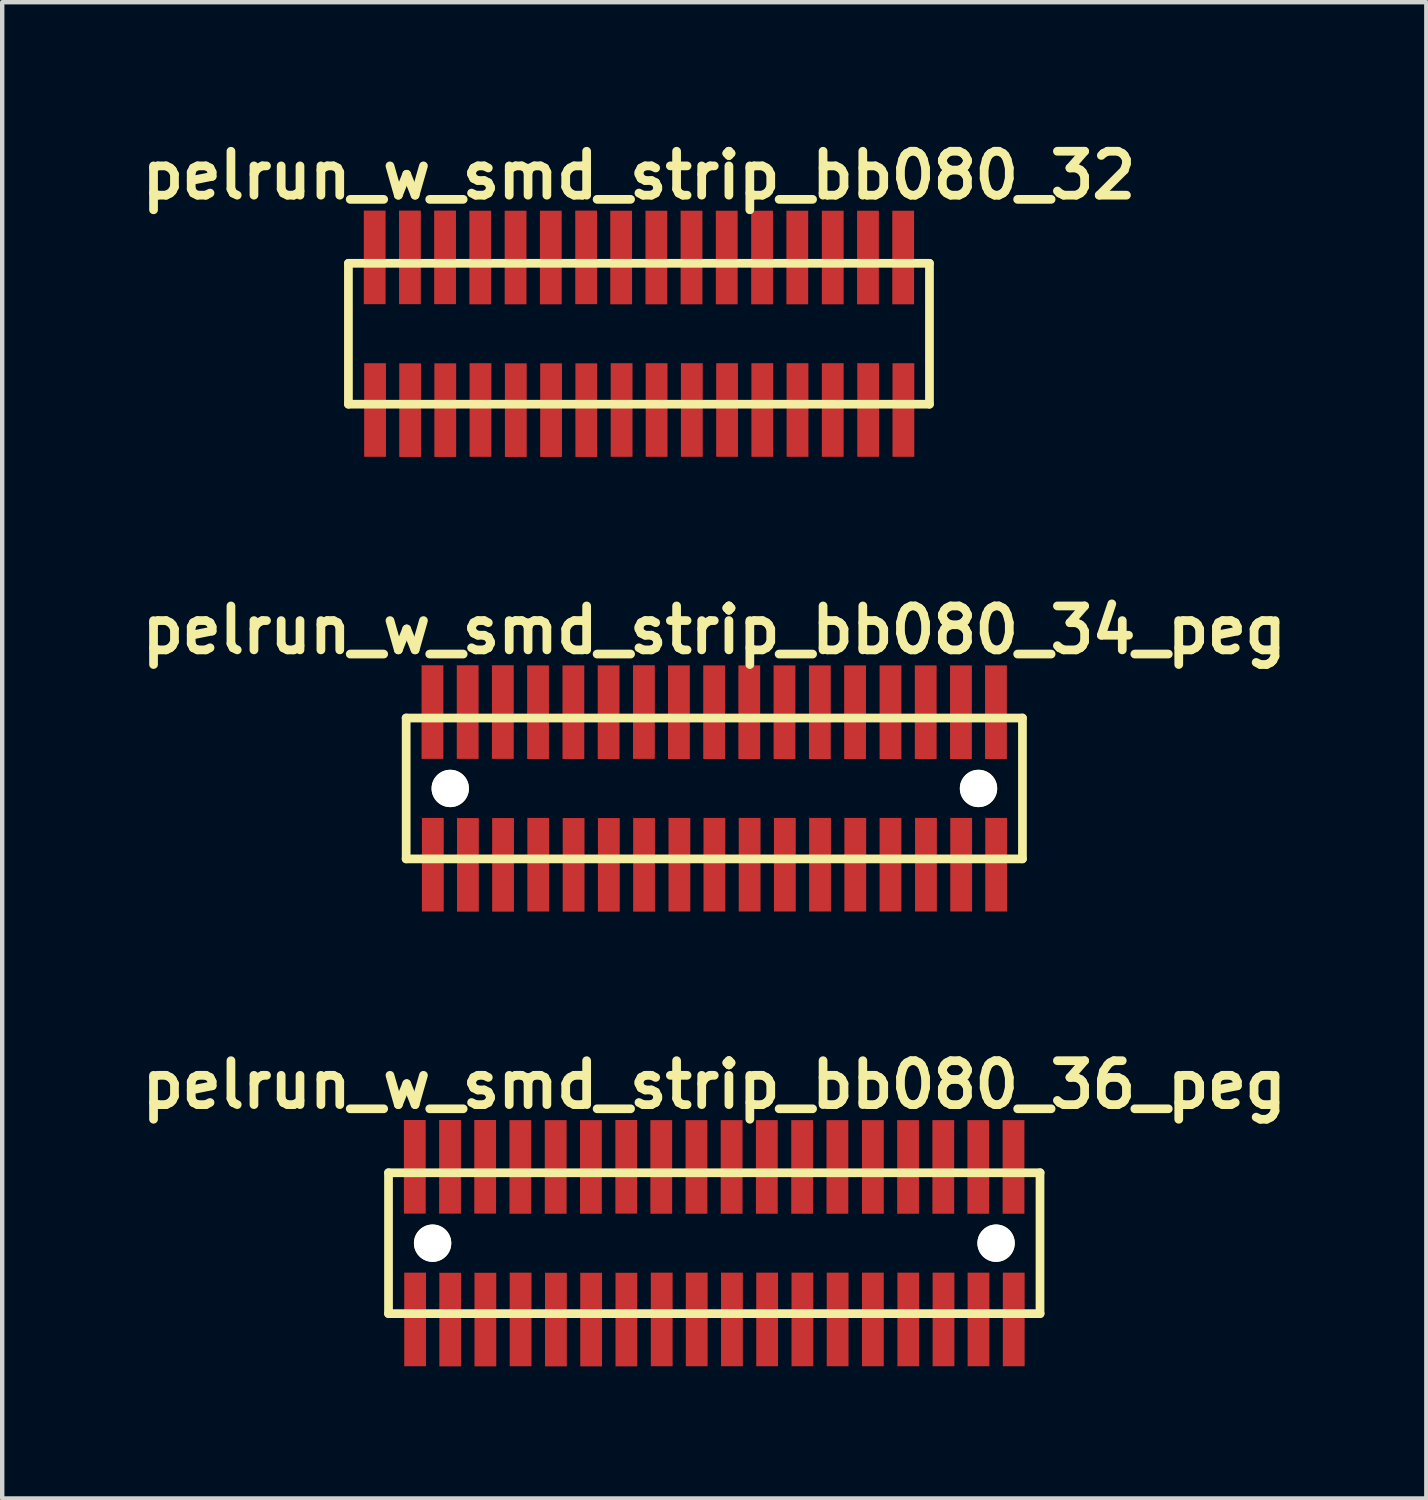
<source format=kicad_pcb>
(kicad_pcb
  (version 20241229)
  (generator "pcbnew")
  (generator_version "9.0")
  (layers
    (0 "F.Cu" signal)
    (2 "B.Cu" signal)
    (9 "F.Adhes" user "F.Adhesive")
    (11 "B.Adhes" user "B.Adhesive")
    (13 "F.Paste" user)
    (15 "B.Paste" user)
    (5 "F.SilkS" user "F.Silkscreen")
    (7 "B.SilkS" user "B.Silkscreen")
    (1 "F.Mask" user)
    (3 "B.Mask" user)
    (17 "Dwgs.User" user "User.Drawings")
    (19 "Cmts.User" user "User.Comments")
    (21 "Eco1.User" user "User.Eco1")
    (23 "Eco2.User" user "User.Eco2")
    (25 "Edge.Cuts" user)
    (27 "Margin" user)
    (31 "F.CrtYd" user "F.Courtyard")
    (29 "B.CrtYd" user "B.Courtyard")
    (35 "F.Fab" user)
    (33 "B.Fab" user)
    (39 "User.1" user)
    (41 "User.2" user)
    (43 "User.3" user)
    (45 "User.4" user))
  (footprint "pelrun_w_smd_strip_bb080_32"
    (layer "F.Cu")
    (at 11.463 4.531)
    (property "Reference" "pelrun_w_smd_strip_bb080_32" (at 0 -3.599 0) (layer "F.SilkS") (effects (font (size 0.998 0.998) (thickness 0.198))))
    (attr through_hole)
    (fp_line (start -6.599 -1.6) (end -6.599 1.6) (stroke (width 0.198) (type solid)) (layer "F.SilkS"))
    (fp_line (start -6.599 1.6) (end 6.599 1.6) (stroke (width 0.198) (type solid)) (layer "F.SilkS"))
    (fp_line (start 6.599 -1.6) (end -6.599 -1.6) (stroke (width 0.198) (type solid)) (layer "F.SilkS"))
    (fp_line (start 6.599 1.6) (end 6.599 -1.6) (stroke (width 0.198) (type solid)) (layer "F.SilkS"))
    (pad "1" smd rect (at -5.994 1.732) (size 0.495 2.126) (layers "F.Cu" "F.Mask" "F.Paste"))
    (pad "2" smd rect (at -6.002 -1.735) (size 0.495 2.126) (layers "F.Cu" "F.Mask" "F.Paste"))
    (pad "3" smd rect (at -5.197 1.735) (size 0.495 2.126) (layers "F.Cu" "F.Mask" "F.Paste"))
    (pad "4" smd rect (at -5.202 -1.735) (size 0.495 2.126) (layers "F.Cu" "F.Mask" "F.Paste"))
    (pad "5" smd rect (at -4.399 1.735) (size 0.495 2.126) (layers "F.Cu" "F.Mask" "F.Paste"))
    (pad "6" smd rect (at -4.404 -1.735) (size 0.495 2.126) (layers "F.Cu" "F.Mask" "F.Paste"))
    (pad "7" smd rect (at -3.599 1.732) (size 0.495 2.126) (layers "F.Cu" "F.Mask" "F.Paste"))
    (pad "8" smd rect (at -3.604 -1.732) (size 0.495 2.126) (layers "F.Cu" "F.Mask" "F.Paste"))
    (pad "9" smd rect (at -2.797 1.735) (size 0.495 2.126) (layers "F.Cu" "F.Mask" "F.Paste"))
    (pad "10" smd rect (at -2.802 -1.732) (size 0.495 2.126) (layers "F.Cu" "F.Mask" "F.Paste"))
    (pad "11" smd rect (at -1.996 1.735) (size 0.495 2.126) (layers "F.Cu" "F.Mask" "F.Paste"))
    (pad "12" smd rect (at -2.002 -1.732) (size 0.495 2.126) (layers "F.Cu" "F.Mask" "F.Paste"))
    (pad "13" smd rect (at -1.196 1.735) (size 0.495 2.126) (layers "F.Cu" "F.Mask" "F.Paste"))
    (pad "14" smd rect (at -1.199 -1.735) (size 0.495 2.126) (layers "F.Cu" "F.Mask" "F.Paste"))
    (pad "15" smd rect (at -0.394 1.732) (size 0.495 2.126) (layers "F.Cu" "F.Mask" "F.Paste"))
    (pad "16" smd rect (at -0.404 -1.732) (size 0.495 2.126) (layers "F.Cu" "F.Mask" "F.Paste"))
    (pad "17" smd rect (at 0.401 1.732) (size 0.495 2.126) (layers "F.Cu" "F.Mask" "F.Paste"))
    (pad "18" smd rect (at 0.396 -1.732) (size 0.495 2.126) (layers "F.Cu" "F.Mask" "F.Paste"))
    (pad "19" smd rect (at 1.201 1.732) (size 0.495 2.126) (layers "F.Cu" "F.Mask" "F.Paste"))
    (pad "20" smd rect (at 1.194 -1.732) (size 0.495 2.126) (layers "F.Cu" "F.Mask" "F.Paste"))
    (pad "21" smd rect (at 2.002 1.732) (size 0.495 2.126) (layers "F.Cu" "F.Mask" "F.Paste"))
    (pad "22" smd rect (at 1.994 -1.732) (size 0.495 2.126) (layers "F.Cu" "F.Mask" "F.Paste"))
    (pad "23" smd rect (at 2.802 1.732) (size 0.495 2.126) (layers "F.Cu" "F.Mask" "F.Paste"))
    (pad "24" smd rect (at 2.797 -1.732) (size 0.495 2.126) (layers "F.Cu" "F.Mask" "F.Paste"))
    (pad "25" smd rect (at 3.602 1.732) (size 0.495 2.126) (layers "F.Cu" "F.Mask" "F.Paste"))
    (pad "26" smd rect (at 3.597 -1.732) (size 0.495 2.126) (layers "F.Cu" "F.Mask" "F.Paste"))
    (pad "27" smd rect (at 4.402 1.732) (size 0.495 2.126) (layers "F.Cu" "F.Mask" "F.Paste"))
    (pad "28" smd rect (at 4.402 -1.732) (size 0.495 2.126) (layers "F.Cu" "F.Mask" "F.Paste"))
    (pad "29" smd rect (at 5.207 1.732) (size 0.495 2.126) (layers "F.Cu" "F.Mask" "F.Paste"))
    (pad "30" smd rect (at 5.202 -1.732) (size 0.495 2.126) (layers "F.Cu" "F.Mask" "F.Paste"))
    (pad "31" smd rect (at 6.007 1.732) (size 0.495 2.126) (layers "F.Cu" "F.Mask" "F.Paste"))
    (pad "32" smd rect (at 6.002 -1.732) (size 0.495 2.126) (layers "F.Cu" "F.Mask" "F.Paste")))
  (footprint "pelrun_w_smd_strip_bb080_34_peg"
    (layer "F.Cu")
    (at 13.174 14.859)
    (property "Reference" "pelrun_w_smd_strip_bb080_34_peg" (at 0 -3.599 0) (layer "F.SilkS") (effects (font (size 0.998 0.998) (thickness 0.198))))
    (attr through_hole)
    (fp_line (start -7 1.6) (end 7 1.6) (stroke (width 0.198) (type solid)) (layer "F.SilkS"))
    (fp_line (start -6.998 -1.6) (end -6.998 1.6) (stroke (width 0.198) (type solid)) (layer "F.SilkS"))
    (fp_line (start 7 -1.6) (end -7 -1.6) (stroke (width 0.198) (type solid)) (layer "F.SilkS"))
    (fp_line (start 7 1.6) (end 7 -1.6) (stroke (width 0.198) (type solid)) (layer "F.SilkS"))
    (pad "" np_thru_hole circle (at -5.997 0) (size 0.848 0.848) (drill 0.848) (layers "*.Cu" "*.Mask" "F.SilkS"))
    (pad "" np_thru_hole circle (at 6.002 0) (size 0.848 0.848) (drill 0.848) (layers "*.Cu" "*.Mask" "F.SilkS"))
    (pad "1" smd rect (at -6.393 1.732) (size 0.495 2.126) (layers "F.Cu" "F.Mask" "F.Paste"))
    (pad "2" smd rect (at -6.401 -1.735) (size 0.495 2.126) (layers "F.Cu" "F.Mask" "F.Paste"))
    (pad "3" smd rect (at -5.596 1.735) (size 0.495 2.126) (layers "F.Cu" "F.Mask" "F.Paste"))
    (pad "4" smd rect (at -5.601 -1.735) (size 0.495 2.126) (layers "F.Cu" "F.Mask" "F.Paste"))
    (pad "5" smd rect (at -4.798 1.735) (size 0.495 2.126) (layers "F.Cu" "F.Mask" "F.Paste"))
    (pad "6" smd rect (at -4.803 -1.735) (size 0.495 2.126) (layers "F.Cu" "F.Mask" "F.Paste"))
    (pad "7" smd rect (at -3.998 1.732) (size 0.495 2.126) (layers "F.Cu" "F.Mask" "F.Paste"))
    (pad "8" smd rect (at -4.003 -1.732) (size 0.495 2.126) (layers "F.Cu" "F.Mask" "F.Paste"))
    (pad "9" smd rect (at -3.195 1.735) (size 0.495 2.126) (layers "F.Cu" "F.Mask" "F.Paste"))
    (pad "10" smd rect (at -3.2 -1.732) (size 0.495 2.126) (layers "F.Cu" "F.Mask" "F.Paste"))
    (pad "11" smd rect (at -2.395 1.735) (size 0.495 2.126) (layers "F.Cu" "F.Mask" "F.Paste"))
    (pad "12" smd rect (at -2.4 -1.732) (size 0.495 2.126) (layers "F.Cu" "F.Mask" "F.Paste"))
    (pad "13" smd rect (at -1.595 1.735) (size 0.495 2.126) (layers "F.Cu" "F.Mask" "F.Paste"))
    (pad "14" smd rect (at -1.598 -1.735) (size 0.495 2.126) (layers "F.Cu" "F.Mask" "F.Paste"))
    (pad "15" smd rect (at -0.792 1.732) (size 0.495 2.126) (layers "F.Cu" "F.Mask" "F.Paste"))
    (pad "16" smd rect (at -0.803 -1.732) (size 0.495 2.126) (layers "F.Cu" "F.Mask" "F.Paste"))
    (pad "17" smd rect (at 0.003 1.732) (size 0.495 2.126) (layers "F.Cu" "F.Mask" "F.Paste"))
    (pad "18" smd rect (at -0.003 -1.732) (size 0.495 2.126) (layers "F.Cu" "F.Mask" "F.Paste"))
    (pad "19" smd rect (at 0.803 1.732) (size 0.495 2.126) (layers "F.Cu" "F.Mask" "F.Paste"))
    (pad "20" smd rect (at 0.795 -1.732) (size 0.495 2.126) (layers "F.Cu" "F.Mask" "F.Paste"))
    (pad "21" smd rect (at 1.603 1.732) (size 0.495 2.126) (layers "F.Cu" "F.Mask" "F.Paste"))
    (pad "22" smd rect (at 1.595 -1.732) (size 0.495 2.126) (layers "F.Cu" "F.Mask" "F.Paste"))
    (pad "23" smd rect (at 2.403 1.732) (size 0.495 2.126) (layers "F.Cu" "F.Mask" "F.Paste"))
    (pad "24" smd rect (at 2.398 -1.732) (size 0.495 2.126) (layers "F.Cu" "F.Mask" "F.Paste"))
    (pad "25" smd rect (at 3.203 1.732) (size 0.495 2.126) (layers "F.Cu" "F.Mask" "F.Paste"))
    (pad "26" smd rect (at 3.198 -1.732) (size 0.495 2.126) (layers "F.Cu" "F.Mask" "F.Paste"))
    (pad "27" smd rect (at 4.003 1.732) (size 0.495 2.126) (layers "F.Cu" "F.Mask" "F.Paste"))
    (pad "28" smd rect (at 4.003 -1.732) (size 0.495 2.126) (layers "F.Cu" "F.Mask" "F.Paste"))
    (pad "29" smd rect (at 4.808 1.732) (size 0.495 2.126) (layers "F.Cu" "F.Mask" "F.Paste"))
    (pad "30" smd rect (at 4.803 -1.732) (size 0.495 2.126) (layers "F.Cu" "F.Mask" "F.Paste"))
    (pad "31" smd rect (at 5.608 1.732) (size 0.495 2.126) (layers "F.Cu" "F.Mask" "F.Paste"))
    (pad "32" smd rect (at 5.603 -1.732) (size 0.495 2.126) (layers "F.Cu" "F.Mask" "F.Paste"))
    (pad "33" smd rect (at 6.403 1.732) (size 0.495 2.126) (layers "F.Cu" "F.Mask" "F.Paste"))
    (pad "34" smd rect (at 6.398 -1.732) (size 0.495 2.126) (layers "F.Cu" "F.Mask" "F.Paste")))
  (footprint "pelrun_w_smd_strip_bb080_36_peg"
    (layer "F.Cu")
    (at 13.174 25.188)
    (property "Reference" "pelrun_w_smd_strip_bb080_36_peg" (at 0 -3.599 0) (layer "F.SilkS") (effects (font (size 0.998 0.998) (thickness 0.198))))
    (attr through_hole)
    (fp_line (start -7.399 -1.6) (end -7.399 1.6) (stroke (width 0.198) (type solid)) (layer "F.SilkS"))
    (fp_line (start -7.399 1.6) (end 7.402 1.6) (stroke (width 0.198) (type solid)) (layer "F.SilkS"))
    (fp_line (start 7.399 1.6) (end 7.399 -1.6) (stroke (width 0.198) (type solid)) (layer "F.SilkS"))
    (fp_line (start 7.402 -1.6) (end -7.399 -1.6) (stroke (width 0.198) (type solid)) (layer "F.SilkS"))
    (pad "" np_thru_hole circle (at -6.398 0) (size 0.848 0.848) (drill 0.848) (layers "*.Cu" "*.Mask" "F.SilkS"))
    (pad "" np_thru_hole circle (at 6.401 0) (size 0.848 0.848) (drill 0.848) (layers "*.Cu" "*.Mask" "F.SilkS"))
    (pad "1" smd rect (at -6.795 1.732) (size 0.495 2.126) (layers "F.Cu" "F.Mask" "F.Paste"))
    (pad "2" smd rect (at -6.802 -1.735) (size 0.495 2.126) (layers "F.Cu" "F.Mask" "F.Paste"))
    (pad "3" smd rect (at -5.997 1.735) (size 0.495 2.126) (layers "F.Cu" "F.Mask" "F.Paste"))
    (pad "4" smd rect (at -6.002 -1.735) (size 0.495 2.126) (layers "F.Cu" "F.Mask" "F.Paste"))
    (pad "5" smd rect (at -5.199 1.735) (size 0.495 2.126) (layers "F.Cu" "F.Mask" "F.Paste"))
    (pad "6" smd rect (at -5.204 -1.735) (size 0.495 2.126) (layers "F.Cu" "F.Mask" "F.Paste"))
    (pad "7" smd rect (at -4.399 1.732) (size 0.495 2.126) (layers "F.Cu" "F.Mask" "F.Paste"))
    (pad "8" smd rect (at -4.404 -1.732) (size 0.495 2.126) (layers "F.Cu" "F.Mask" "F.Paste"))
    (pad "9" smd rect (at -3.597 1.735) (size 0.495 2.126) (layers "F.Cu" "F.Mask" "F.Paste"))
    (pad "10" smd rect (at -3.602 -1.732) (size 0.495 2.126) (layers "F.Cu" "F.Mask" "F.Paste"))
    (pad "11" smd rect (at -2.797 1.735) (size 0.495 2.126) (layers "F.Cu" "F.Mask" "F.Paste"))
    (pad "12" smd rect (at -2.802 -1.732) (size 0.495 2.126) (layers "F.Cu" "F.Mask" "F.Paste"))
    (pad "13" smd rect (at -1.996 1.735) (size 0.495 2.126) (layers "F.Cu" "F.Mask" "F.Paste"))
    (pad "14" smd rect (at -1.999 -1.735) (size 0.495 2.126) (layers "F.Cu" "F.Mask" "F.Paste"))
    (pad "15" smd rect (at -1.194 1.732) (size 0.495 2.126) (layers "F.Cu" "F.Mask" "F.Paste"))
    (pad "16" smd rect (at -1.204 -1.732) (size 0.495 2.126) (layers "F.Cu" "F.Mask" "F.Paste"))
    (pad "17" smd rect (at -0.399 1.732) (size 0.495 2.126) (layers "F.Cu" "F.Mask" "F.Paste"))
    (pad "18" smd rect (at -0.404 -1.732) (size 0.495 2.126) (layers "F.Cu" "F.Mask" "F.Paste"))
    (pad "19" smd rect (at 0.401 1.732) (size 0.495 2.126) (layers "F.Cu" "F.Mask" "F.Paste"))
    (pad "20" smd rect (at 0.394 -1.732) (size 0.495 2.126) (layers "F.Cu" "F.Mask" "F.Paste"))
    (pad "21" smd rect (at 1.201 1.732) (size 0.495 2.126) (layers "F.Cu" "F.Mask" "F.Paste"))
    (pad "22" smd rect (at 1.194 -1.732) (size 0.495 2.126) (layers "F.Cu" "F.Mask" "F.Paste"))
    (pad "23" smd rect (at 2.002 1.732) (size 0.495 2.126) (layers "F.Cu" "F.Mask" "F.Paste"))
    (pad "24" smd rect (at 1.996 -1.732) (size 0.495 2.126) (layers "F.Cu" "F.Mask" "F.Paste"))
    (pad "25" smd rect (at 2.802 1.732) (size 0.495 2.126) (layers "F.Cu" "F.Mask" "F.Paste"))
    (pad "26" smd rect (at 2.797 -1.732) (size 0.495 2.126) (layers "F.Cu" "F.Mask" "F.Paste"))
    (pad "27" smd rect (at 3.602 1.732) (size 0.495 2.126) (layers "F.Cu" "F.Mask" "F.Paste"))
    (pad "28" smd rect (at 3.602 -1.732) (size 0.495 2.126) (layers "F.Cu" "F.Mask" "F.Paste"))
    (pad "29" smd rect (at 4.407 1.732) (size 0.495 2.126) (layers "F.Cu" "F.Mask" "F.Paste"))
    (pad "30" smd rect (at 4.402 -1.732) (size 0.495 2.126) (layers "F.Cu" "F.Mask" "F.Paste"))
    (pad "31" smd rect (at 5.207 1.732) (size 0.495 2.126) (layers "F.Cu" "F.Mask" "F.Paste"))
    (pad "32" smd rect (at 5.202 -1.732) (size 0.495 2.126) (layers "F.Cu" "F.Mask" "F.Paste"))
    (pad "33" smd rect (at 6.002 1.732) (size 0.495 2.126) (layers "F.Cu" "F.Mask" "F.Paste"))
    (pad "34" smd rect (at 5.997 -1.732) (size 0.495 2.126) (layers "F.Cu" "F.Mask" "F.Paste"))
    (pad "35" smd rect (at 6.802 1.732) (size 0.495 2.126) (layers "F.Cu" "F.Mask" "F.Paste"))
    (pad "36" smd rect (at 6.797 -1.732) (size 0.495 2.126) (layers "F.Cu" "F.Mask" "F.Paste")))
  (gr_rect
    (start -3 -3)
    (end 29.348 30.986)
    (stroke (width 0.1) (type default))
    (fill no)
    (layer "Edge.Cuts")))
</source>
